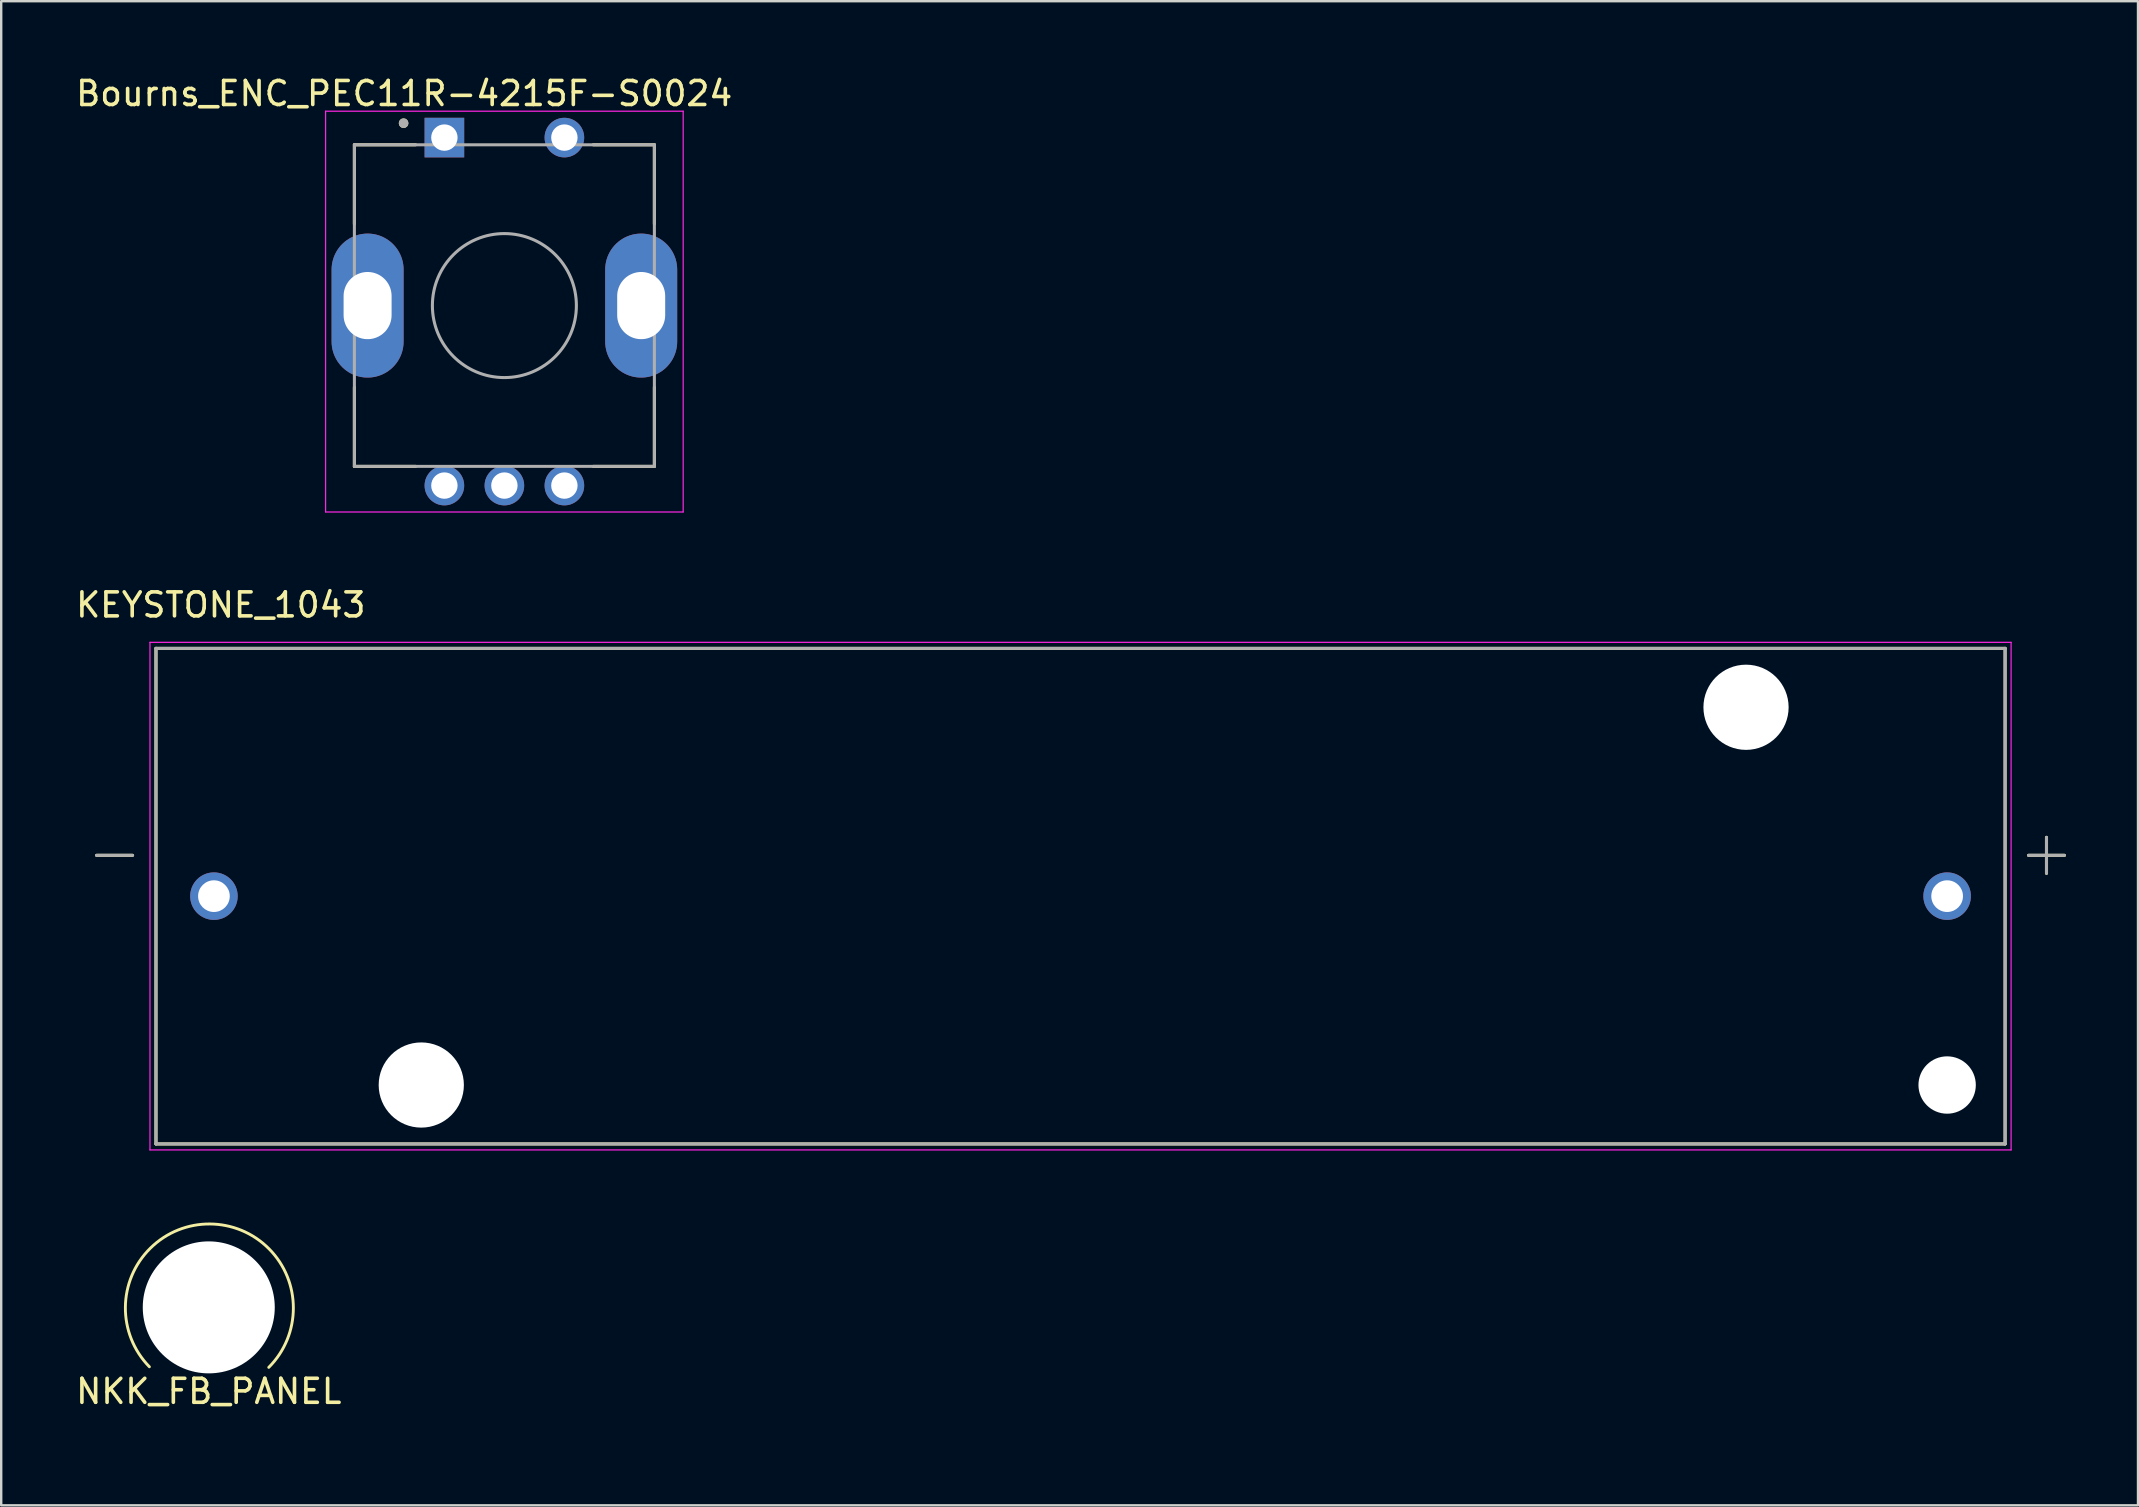
<source format=kicad_pcb>
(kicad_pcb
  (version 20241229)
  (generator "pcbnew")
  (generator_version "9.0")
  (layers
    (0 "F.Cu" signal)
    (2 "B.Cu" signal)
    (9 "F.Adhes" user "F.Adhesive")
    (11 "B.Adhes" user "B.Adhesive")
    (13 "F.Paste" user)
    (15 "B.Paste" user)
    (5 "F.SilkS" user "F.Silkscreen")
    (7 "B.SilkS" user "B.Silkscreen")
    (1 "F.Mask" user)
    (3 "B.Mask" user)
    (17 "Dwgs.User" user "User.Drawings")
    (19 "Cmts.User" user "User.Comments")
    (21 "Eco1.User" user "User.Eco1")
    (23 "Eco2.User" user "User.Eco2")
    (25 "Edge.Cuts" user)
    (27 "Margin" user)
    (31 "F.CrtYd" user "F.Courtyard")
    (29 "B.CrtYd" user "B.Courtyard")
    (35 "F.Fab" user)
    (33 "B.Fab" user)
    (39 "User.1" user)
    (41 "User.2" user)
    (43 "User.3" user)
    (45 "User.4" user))
  (footprint "NKK_FB_PANEL"
    (layer "F.Cu")
    (at 5.649 56.426)
    (property "Reference" "NKK_FB_PANEL" (at 0 -1.5 0) (layer "F.SilkS") (effects (font (size 1 1) (thickness 0.15))))
    (attr through_hole)
    (fp_line (start -0.25 -5) (end 0.25 -5) (stroke (width 0.12) (type solid)) (layer "F.SilkS"))
    (fp_line (start 0 -5.25) (end 0 -4.75) (stroke (width 0.12) (type solid)) (layer "F.SilkS"))
    (fp_arc (start -2.474495 -2.524997) (mid 0.042713 -8.47483) (end 2.5 -2.5) (stroke (width 0.12) (type solid)) (layer "F.SilkS"))
    (pad "" np_thru_hole circle (at 0 -5) (size 5.5 5.5) (drill 5.5) (layers "*.Cu" "*.Mask")))
  (footprint "KEYSTONE_1043"
    (layer "F.Cu")
    (at 41.974 34.291)
    (property "Reference" "KEYSTONE_1043" (at -35.825 -12.135 0) (layer "F.SilkS") (effects (font (size 1 1) (thickness 0.15))))
    (attr through_hole)
    (fp_line (start -39.5 -1.7) (end -41 -1.7) (stroke (width 0.127) (type solid)) (layer "F.SilkS"))
    (fp_line (start -38.525 -10.325) (end -38.525 10.325) (stroke (width 0.127) (type solid)) (layer "F.SilkS"))
    (fp_line (start -38.525 10.325) (end 38.525 10.325) (stroke (width 0.127) (type solid)) (layer "F.SilkS"))
    (fp_line (start 38.525 -10.325) (end -38.525 -10.325) (stroke (width 0.127) (type solid)) (layer "F.SilkS"))
    (fp_line (start 38.525 10.325) (end 38.525 -10.325) (stroke (width 0.127) (type solid)) (layer "F.SilkS"))
    (fp_line (start 39.5 -1.7) (end 41 -1.7) (stroke (width 0.127) (type solid)) (layer "F.SilkS"))
    (fp_line (start 40.25 -0.95) (end 40.25 -2.45) (stroke (width 0.127) (type solid)) (layer "F.SilkS"))
    (fp_line (start -38.775 -10.575) (end -38.775 10.575) (stroke (width 0.05) (type solid)) (layer "F.CrtYd"))
    (fp_line (start -38.775 10.575) (end 38.775 10.575) (stroke (width 0.05) (type solid)) (layer "F.CrtYd"))
    (fp_line (start 38.775 -10.575) (end -38.775 -10.575) (stroke (width 0.05) (type solid)) (layer "F.CrtYd"))
    (fp_line (start 38.775 10.575) (end 38.775 -10.575) (stroke (width 0.05) (type solid)) (layer "F.CrtYd"))
    (fp_line (start -39.5 -1.7) (end -41 -1.7) (stroke (width 0.127) (type solid)) (layer "F.Fab"))
    (fp_line (start -38.525 -10.325) (end -38.525 10.325) (stroke (width 0.127) (type solid)) (layer "F.Fab"))
    (fp_line (start -38.525 10.325) (end 38.525 10.325) (stroke (width 0.127) (type solid)) (layer "F.Fab"))
    (fp_line (start 38.525 -10.325) (end -38.525 -10.325) (stroke (width 0.127) (type solid)) (layer "F.Fab"))
    (fp_line (start 38.525 10.325) (end 38.525 -10.325) (stroke (width 0.127) (type solid)) (layer "F.Fab"))
    (fp_line (start 39.5 -1.7) (end 41 -1.7) (stroke (width 0.127) (type solid)) (layer "F.Fab"))
    (fp_line (start 40.25 -0.95) (end 40.25 -2.45) (stroke (width 0.127) (type solid)) (layer "F.Fab"))
    (pad "" np_thru_hole circle (at -27.47 7.87) (size 3.55 3.55) (drill 3.55) (layers "*.Cu" "*.Mask"))
    (pad "" np_thru_hole circle (at 27.73 -7.87) (size 3.55 3.55) (drill 3.55) (layers "*.Cu" "*.Mask"))
    (pad "" np_thru_hole circle (at 36.11 7.87) (size 2.39 2.39) (drill 2.39) (layers "*.Cu" "*.Mask"))
    (pad "N" thru_hole circle (at -36.11 0) (size 1.98 1.98) (drill 1.32) (layers "*.Cu" "*.Mask"))
    (pad "P" thru_hole circle (at 36.11 0) (size 1.98 1.98) (drill 1.32) (layers "*.Cu" "*.Mask")))
  (footprint "Bourns_ENC_PEC11R-4215F-S0024"
    (layer "F.Cu")
    (at 17.967 9.683)
    (property "Reference" "Bourns_ENC_PEC11R-4215F-S0024" (at -4.175 -8.835 0) (layer "F.SilkS") (effects (font (size 1 1) (thickness 0.15))))
    (attr through_hole)
    (fp_line (start -6.25 -6.7) (end -3.7 -6.7) (stroke (width 0.127) (type solid)) (layer "F.SilkS"))
    (fp_line (start -6.25 -3.4) (end -6.25 -6.7) (stroke (width 0.127) (type solid)) (layer "F.SilkS"))
    (fp_line (start -6.25 3.4) (end -6.25 6.7) (stroke (width 0.127) (type solid)) (layer "F.SilkS"))
    (fp_line (start -6.25 6.7) (end -3.7 6.7) (stroke (width 0.127) (type solid)) (layer "F.SilkS"))
    (fp_line (start 3.7 -6.7) (end 6.25 -6.7) (stroke (width 0.127) (type solid)) (layer "F.SilkS"))
    (fp_line (start 3.7 6.7) (end 6.25 6.7) (stroke (width 0.127) (type solid)) (layer "F.SilkS"))
    (fp_line (start 6.25 -6.7) (end 6.25 -3.4) (stroke (width 0.127) (type solid)) (layer "F.SilkS"))
    (fp_line (start 6.25 6.7) (end 6.25 3.4) (stroke (width 0.127) (type solid)) (layer "F.SilkS"))
    (fp_circle (center -4.2 -7.6) (end -4.1 -7.6) (stroke (width 0.2) (type solid)) (fill no) (layer "F.SilkS"))
    (fp_line (start -7.45 -8.1) (end -7.45 8.6) (stroke (width 0.05) (type solid)) (layer "F.CrtYd"))
    (fp_line (start -7.45 8.6) (end 7.45 8.6) (stroke (width 0.05) (type solid)) (layer "F.CrtYd"))
    (fp_line (start 7.45 -8.1) (end -7.45 -8.1) (stroke (width 0.05) (type solid)) (layer "F.CrtYd"))
    (fp_line (start 7.45 8.6) (end 7.45 -8.1) (stroke (width 0.05) (type solid)) (layer "F.CrtYd"))
    (fp_line (start -6.25 -6.7) (end 6.25 -6.7) (stroke (width 0.127) (type solid)) (layer "F.Fab"))
    (fp_line (start -6.25 6.7) (end -6.25 -6.7) (stroke (width 0.127) (type solid)) (layer "F.Fab"))
    (fp_line (start 6.25 -6.7) (end 6.25 6.7) (stroke (width 0.127) (type solid)) (layer "F.Fab"))
    (fp_line (start 6.25 6.7) (end -6.25 6.7) (stroke (width 0.127) (type solid)) (layer "F.Fab"))
    (fp_circle (center -4.2 -7.6) (end -4.1 -7.6) (stroke (width 0.2) (type solid)) (fill no) (layer "F.Fab"))
    (fp_circle (center 0 0) (end 3 0) (stroke (width 0.127) (type solid)) (fill no) (layer "F.Fab"))
    (pad "1" thru_hole rect (at -2.5 -7) (size 1.65 1.65) (drill 1.1) (layers "*.Cu" "*.Mask"))
    (pad "2" thru_hole circle (at 2.5 -7) (size 1.65 1.65) (drill 1.1) (layers "*.Cu" "*.Mask"))
    (pad "A" thru_hole circle (at -2.5 7.5) (size 1.65 1.65) (drill 1.1) (layers "*.Cu" "*.Mask"))
    (pad "B" thru_hole circle (at 2.5 7.5) (size 1.65 1.65) (drill 1.1) (layers "*.Cu" "*.Mask"))
    (pad "COM" thru_hole circle (at 0 7.5) (size 1.65 1.65) (drill 1.1) (layers "*.Cu" "*.Mask"))
    (pad "S1" thru_hole oval (at -5.7 0) (size 3 6) (drill oval 2 2.8) (layers "*.Cu" "*.Mask"))
    (pad "S2" thru_hole oval (at 5.7 0) (size 3 6) (drill oval 2 2.8) (layers "*.Cu" "*.Mask")))
  (gr_rect
    (start -3 -3)
    (end 86.037 59.676)
    (stroke (width 0.1) (type default))
    (fill no)
    (layer "Edge.Cuts")))
</source>
